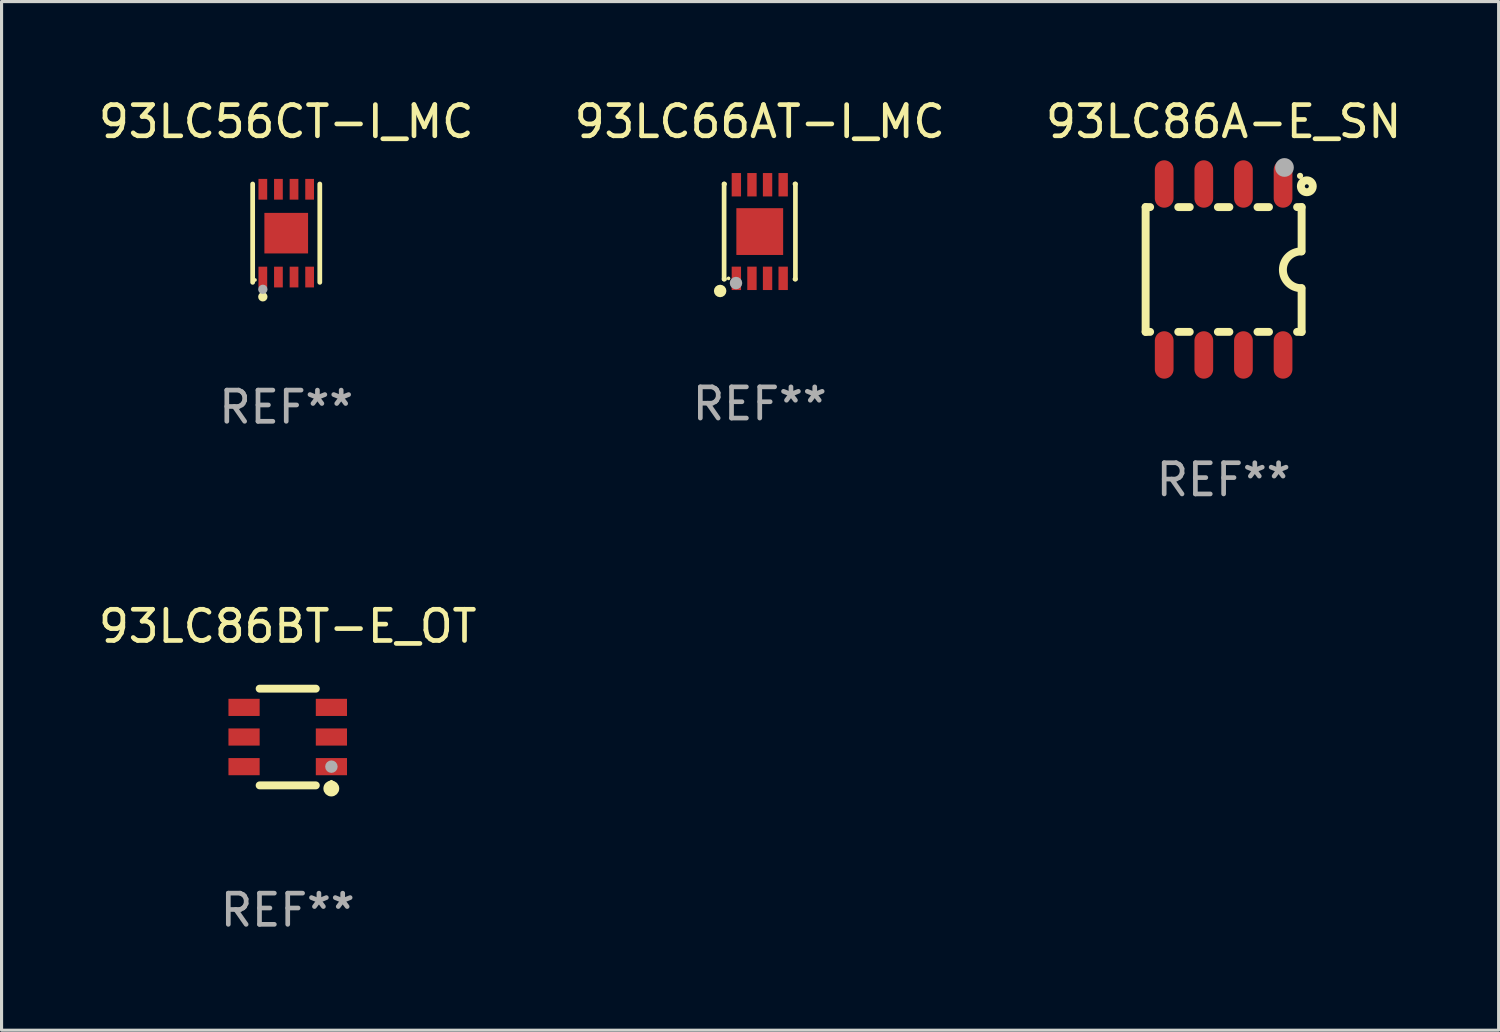
<source format=kicad_pcb>
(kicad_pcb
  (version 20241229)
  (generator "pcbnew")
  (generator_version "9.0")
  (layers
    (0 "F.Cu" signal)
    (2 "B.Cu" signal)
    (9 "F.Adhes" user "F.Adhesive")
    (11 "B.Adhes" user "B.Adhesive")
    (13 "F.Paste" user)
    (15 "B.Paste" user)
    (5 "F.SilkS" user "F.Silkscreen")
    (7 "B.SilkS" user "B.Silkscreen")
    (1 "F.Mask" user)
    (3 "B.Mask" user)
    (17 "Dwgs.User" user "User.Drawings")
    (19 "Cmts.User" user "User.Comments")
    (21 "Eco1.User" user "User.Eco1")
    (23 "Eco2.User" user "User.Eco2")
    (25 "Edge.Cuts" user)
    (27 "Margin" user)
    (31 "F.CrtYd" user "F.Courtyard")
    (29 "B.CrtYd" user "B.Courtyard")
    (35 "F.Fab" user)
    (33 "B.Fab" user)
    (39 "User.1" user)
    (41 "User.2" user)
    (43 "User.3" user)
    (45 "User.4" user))
  (footprint "93LC86BT-E_OT"
    (layer "F.Cu")
    (at 6.173 20.575)
    (property "Reference" "93LC86BT-E_OT" (at 0 -3.55 0) (layer "F.SilkS") (effects (font (size 1 1) (thickness 0.15))))
    (attr through_hole)
    (fp_line (start -0.9 -1.55) (end 0.9 -1.55) (stroke (width 0.254) (type solid)) (layer "F.SilkS"))
    (fp_line (start -0.9 1.55) (end 0.9 1.55) (stroke (width 0.254) (type solid)) (layer "F.SilkS"))
    (fp_circle (center 1.397 1.651) (end 1.524 1.651) (stroke (width 0.254) (type solid)) (fill no) (layer "F.SilkS"))
    (fp_circle (center 1.4 1.435) (end 1.43 1.435) (stroke (width 0.06) (type solid)) (fill no) (layer "F.SilkS"))
    (fp_circle (center 1.4 0.95) (end 1.5 0.95) (stroke (width 0.2) (type solid)) (fill no) (layer "F.Fab"))
    (fp_text user "REF**" (at 0 5.55 0) (layer "F.Fab") (effects (font (size 1 1) (thickness 0.15))))
    (pad "1" smd rect (at 1.4 0.95) (size 1 0.55) (layers "F.Cu" "F.Mask" "F.Paste"))
    (pad "2" smd rect (at 1.4 -0.000102) (size 1 0.55) (layers "F.Cu" "F.Mask" "F.Paste"))
    (pad "3" smd rect (at 1.4 -0.95) (size 1 0.55) (layers "F.Cu" "F.Mask" "F.Paste"))
    (pad "4" smd rect (at -1.4 -0.95) (size 1 0.55) (layers "F.Cu" "F.Mask" "F.Paste"))
    (pad "5" smd rect (at -1.4 -0.000102) (size 1 0.55) (layers "F.Cu" "F.Mask" "F.Paste"))
    (pad "6" smd rect (at -1.4 0.95) (size 1 0.55) (layers "F.Cu" "F.Mask" "F.Paste")))
  (footprint "93LC56CT-I_MC"
    (layer "F.Cu")
    (at 6.125 4.424)
    (property "Reference" "93LC56CT-I_MC" (at 0 -3.576 0) (layer "F.SilkS") (effects (font (size 1 1) (thickness 0.15))))
    (attr through_hole)
    (fp_line (start -1.076 1.576) (end -1.076 -1.576) (stroke (width 0.152) (type solid)) (layer "F.SilkS"))
    (fp_line (start 1.076 1.576) (end 1.076 -1.576) (stroke (width 0.152) (type solid)) (layer "F.SilkS"))
    (fp_circle (center -1 1.5) (end -0.97 1.5) (stroke (width 0.06) (type solid)) (fill no) (layer "F.SilkS"))
    (fp_circle (center -0.75 2.04) (end -0.675 2.04) (stroke (width 0.15) (type solid)) (fill no) (layer "F.SilkS"))
    (fp_circle (center -0.75 1.8) (end -0.675 1.8) (stroke (width 0.15) (type solid)) (fill no) (layer "F.Fab"))
    (fp_text user "REF**" (at 0 5.576 0) (layer "F.Fab") (effects (font (size 1 1) (thickness 0.15))))
    (pad "1" smd rect (at -0.75 1.407) (size 0.28 0.665) (layers "F.Cu" "F.Mask" "F.Paste"))
    (pad "2" smd rect (at -0.25 1.407) (size 0.28 0.665) (layers "F.Cu" "F.Mask" "F.Paste"))
    (pad "3" smd rect (at 0.25 1.407) (size 0.28 0.665) (layers "F.Cu" "F.Mask" "F.Paste"))
    (pad "4" smd rect (at 0.75 1.407) (size 0.28 0.665) (layers "F.Cu" "F.Mask" "F.Paste"))
    (pad "5" smd rect (at 0.75 -1.407) (size 0.28 0.665) (layers "F.Cu" "F.Mask" "F.Paste"))
    (pad "6" smd rect (at 0.25 -1.407) (size 0.28 0.665) (layers "F.Cu" "F.Mask" "F.Paste"))
    (pad "7" smd rect (at -0.25 -1.407) (size 0.28 0.665) (layers "F.Cu" "F.Mask" "F.Paste"))
    (pad "8" smd rect (at -0.75 -1.407) (size 0.28 0.665) (layers "F.Cu" "F.Mask" "F.Paste"))
    (pad "9" smd rect (at 0 0) (size 1.4 1.3) (layers "F.Cu" "F.Mask" "F.Paste")))
  (footprint "93LC86A-E_SN"
    (layer "F.Cu")
    (at 36.173 5.588)
    (property "Reference" "93LC86A-E_SN" (at 0 -4.74 0) (layer "F.SilkS") (effects (font (size 1 1) (thickness 0.15))))
    (attr through_hole)
    (fp_line (start -2.5 2) (end -2.5 -2) (stroke (width 0.254) (type solid)) (layer "F.SilkS"))
    (fp_line (start -2.356 -2) (end -2.5 -2) (stroke (width 0.254) (type solid)) (layer "F.SilkS"))
    (fp_line (start -2.356 2) (end -2.5 2) (stroke (width 0.254) (type solid)) (layer "F.SilkS"))
    (fp_line (start -1.086 -2) (end -1.454 -2) (stroke (width 0.254) (type solid)) (layer "F.SilkS"))
    (fp_line (start -1.086 2) (end -1.454 2) (stroke (width 0.254) (type solid)) (layer "F.SilkS"))
    (fp_line (start 0.184 -2) (end -0.184 -2) (stroke (width 0.254) (type solid)) (layer "F.SilkS"))
    (fp_line (start 0.184 2) (end -0.184 2) (stroke (width 0.254) (type solid)) (layer "F.SilkS"))
    (fp_line (start 1.454 -2) (end 1.086 -2) (stroke (width 0.254) (type solid)) (layer "F.SilkS"))
    (fp_line (start 1.454 2) (end 1.086 2) (stroke (width 0.254) (type solid)) (layer "F.SilkS"))
    (fp_line (start 2.5 -2) (end 2.356 -2) (stroke (width 0.254) (type solid)) (layer "F.SilkS"))
    (fp_line (start 2.5 -0.58) (end 2.5 -2) (stroke (width 0.254) (type solid)) (layer "F.SilkS"))
    (fp_line (start 2.5 2) (end 2.356 2) (stroke (width 0.254) (type solid)) (layer "F.SilkS"))
    (fp_line (start 2.5 2) (end 2.5 0.6) (stroke (width 0.254) (type solid)) (layer "F.SilkS"))
    (fp_arc (start 2.489992 0.600051) (mid 1.901674 0.010046) (end 2.489992 -0.579959) (stroke (width 0.254001) (type solid)) (layer "F.SilkS"))
    (fp_circle (center 2.45 -3) (end 2.5 -3) (stroke (width 0.1) (type solid)) (fill no) (layer "F.SilkS"))
    (fp_circle (center 2.667 -2.667) (end 2.858 -2.667) (stroke (width 0.254) (type solid)) (fill no) (layer "F.SilkS"))
    (fp_circle (center 1.95 -3.27) (end 2.1 -3.27) (stroke (width 0.3) (type solid)) (fill no) (layer "F.Fab"))
    (fp_text user "REF**" (at 0 6.74 0) (layer "F.Fab") (effects (font (size 1 1) (thickness 0.15))))
    (pad "1" smd oval (at 1.905 -2.74) (size 0.6 1.52) (layers "F.Cu" "F.Mask" "F.Paste"))
    (pad "2" smd oval (at 0.635 -2.74) (size 0.6 1.52) (layers "F.Cu" "F.Mask" "F.Paste"))
    (pad "3" smd oval (at -0.635 -2.74) (size 0.6 1.52) (layers "F.Cu" "F.Mask" "F.Paste"))
    (pad "4" smd oval (at -1.905 -2.74) (size 0.6 1.52) (layers "F.Cu" "F.Mask" "F.Paste"))
    (pad "5" smd oval (at -1.905 2.74) (size 0.6 1.52) (layers "F.Cu" "F.Mask" "F.Paste"))
    (pad "6" smd oval (at -0.635 2.74) (size 0.6 1.52) (layers "F.Cu" "F.Mask" "F.Paste"))
    (pad "7" smd oval (at 0.635 2.74) (size 0.6 1.52) (layers "F.Cu" "F.Mask" "F.Paste"))
    (pad "8" smd oval (at 1.905 2.74) (size 0.6 1.52) (layers "F.Cu" "F.Mask" "F.Paste")))
  (footprint "93LC66AT-I_MC"
    (layer "F.Cu")
    (at 21.304 4.372)
    (property "Reference" "93LC66AT-I_MC" (at 0 -3.524 0) (layer "F.SilkS") (effects (font (size 1 1) (thickness 0.15))))
    (attr through_hole)
    (fp_line (start -1.143 -1.524) (end -1.143 1.524) (stroke (width 0.15) (type solid)) (layer "F.SilkS"))
    (fp_line (start -1.143 1.524) (end -1.129 1.524) (stroke (width 0.15) (type solid)) (layer "F.SilkS"))
    (fp_line (start -1.129 -1.524) (end -1.143 -1.524) (stroke (width 0.15) (type solid)) (layer "F.SilkS"))
    (fp_line (start 1.129 1.524) (end 1.143 1.524) (stroke (width 0.15) (type solid)) (layer "F.SilkS"))
    (fp_line (start 1.143 -1.524) (end 1.129 -1.524) (stroke (width 0.15) (type solid)) (layer "F.SilkS"))
    (fp_line (start 1.143 1.524) (end 1.143 -1.524) (stroke (width 0.15) (type solid)) (layer "F.SilkS"))
    (fp_circle (center -1.27 1.905) (end -1.17 1.905) (stroke (width 0.2) (type solid)) (fill no) (layer "F.SilkS"))
    (fp_circle (center -1 1.5) (end -0.97 1.5) (stroke (width 0.06) (type solid)) (fill no) (layer "F.SilkS"))
    (fp_circle (center -0.762 1.651) (end -0.662 1.651) (stroke (width 0.2) (type solid)) (fill no) (layer "F.Fab"))
    (fp_text user "REF**" (at 0 5.524 0) (layer "F.Fab") (effects (font (size 1 1) (thickness 0.15))))
    (pad "1" smd rect (at -0.75 1.5 90) (size 0.75 0.3) (layers "F.Cu" "F.Mask" "F.Paste"))
    (pad "2" smd rect (at -0.25 1.5 90) (size 0.75 0.3) (layers "F.Cu" "F.Mask" "F.Paste"))
    (pad "3" smd rect (at 0.25 1.5 90) (size 0.75 0.3) (layers "F.Cu" "F.Mask" "F.Paste"))
    (pad "4" smd rect (at 0.75 1.5 90) (size 0.75 0.3) (layers "F.Cu" "F.Mask" "F.Paste"))
    (pad "5" smd rect (at 0.75 -1.5 90) (size 0.75 0.3) (layers "F.Cu" "F.Mask" "F.Paste"))
    (pad "6" smd rect (at 0.25 -1.5 90) (size 0.75 0.3) (layers "F.Cu" "F.Mask" "F.Paste"))
    (pad "7" smd rect (at -0.25 -1.5 90) (size 0.75 0.3) (layers "F.Cu" "F.Mask" "F.Paste"))
    (pad "8" smd rect (at -0.75 -1.5 90) (size 0.75 0.3) (layers "F.Cu" "F.Mask" "F.Paste"))
    (pad "9" smd rect (at -0.000254 0.001 90) (size 1.5 1.5) (layers "F.Cu" "F.Mask" "F.Paste")))
  (gr_rect
    (start -3 -3)
    (end 44.988 29.973)
    (stroke (width 0.1) (type default))
    (fill no)
    (layer "Edge.Cuts")))
</source>
